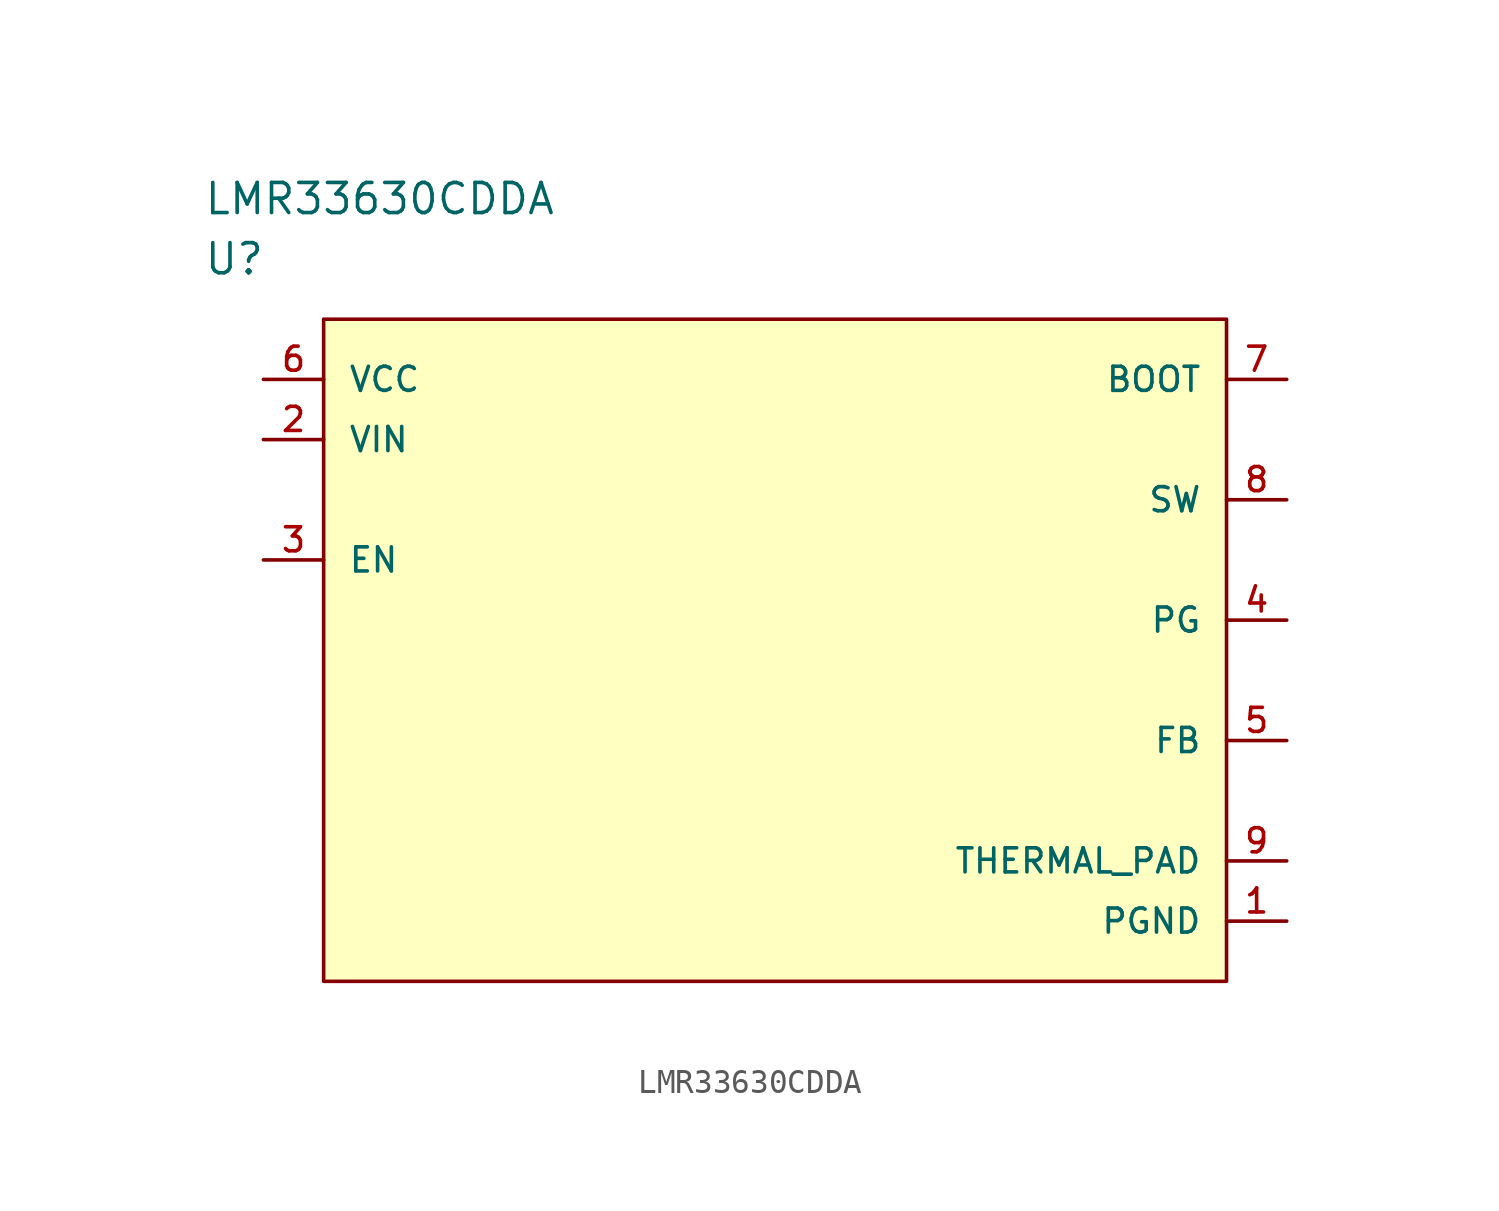
<source format=kicad_sym>
(kicad_symbol_lib
  (version 20220914)
  (generator kicad_symbol_editor)
  (symbol "LMR33630CDDA"
    (pin_names
      (offset 1.016))
    (property "Reference" "U"
      (at 0 5.08 0)
      (effects (font (size 1.27 1.27)) (justify left)))
    (property "Value" "LMR33630CDDA"
      (at 0 7.62 0)
      (effects (font (size 1.27 1.27)) (justify left)))
    (property "ki_locked" ""
      (at 0 0 0)
      (effects (font (size 1.27 1.27))))
    (symbol "LMR33630CDDA_1_1"
      (rectangle (start 5.08 2.54) (end 43.18 -25.4) (stroke (width 0) (type solid)) (fill (type background)))
      (pin power_in line (at 45.72 -22.86 180) (length 2.54) (name "PGND" (effects (font (size 1.016 1.016)))) (number "1" (effects (font (size 1.016 1.016)))))
      (pin power_in line (at 2.54 -2.54 0) (length 2.54) (name "VIN" (effects (font (size 1.016 1.016)))) (number "2" (effects (font (size 1.016 1.016)))))
      (pin passive line (at 2.54 -7.62 0) (length 2.54) (name "EN" (effects (font (size 1.016 1.016)))) (number "3" (effects (font (size 1.016 1.016)))))
      (pin passive line (at 45.72 -10.16 180) (length 2.54) (name "PG" (effects (font (size 1.016 1.016)))) (number "4" (effects (font (size 1.016 1.016)))))
      (pin passive line (at 45.72 -15.24 180) (length 2.54) (name "FB" (effects (font (size 1.016 1.016)))) (number "5" (effects (font (size 1.016 1.016)))))
      (pin power_in line (at 2.54 0 0) (length 2.54) (name "VCC" (effects (font (size 1.016 1.016)))) (number "6" (effects (font (size 1.016 1.016)))))
      (pin power_in line (at 45.72 0 180) (length 2.54) (name "BOOT" (effects (font (size 1.016 1.016)))) (number "7" (effects (font (size 1.016 1.016)))))
      (pin passive line (at 45.72 -5.08 180) (length 2.54) (name "SW" (effects (font (size 1.016 1.016)))) (number "8" (effects (font (size 1.016 1.016)))))
      (pin power_in line (at 45.72 -20.32 180) (length 2.54) (name "THERMAL_PAD" (effects (font (size 1.016 1.016)))) (number "9" (effects (font (size 1.016 1.016))))))))
</source>
